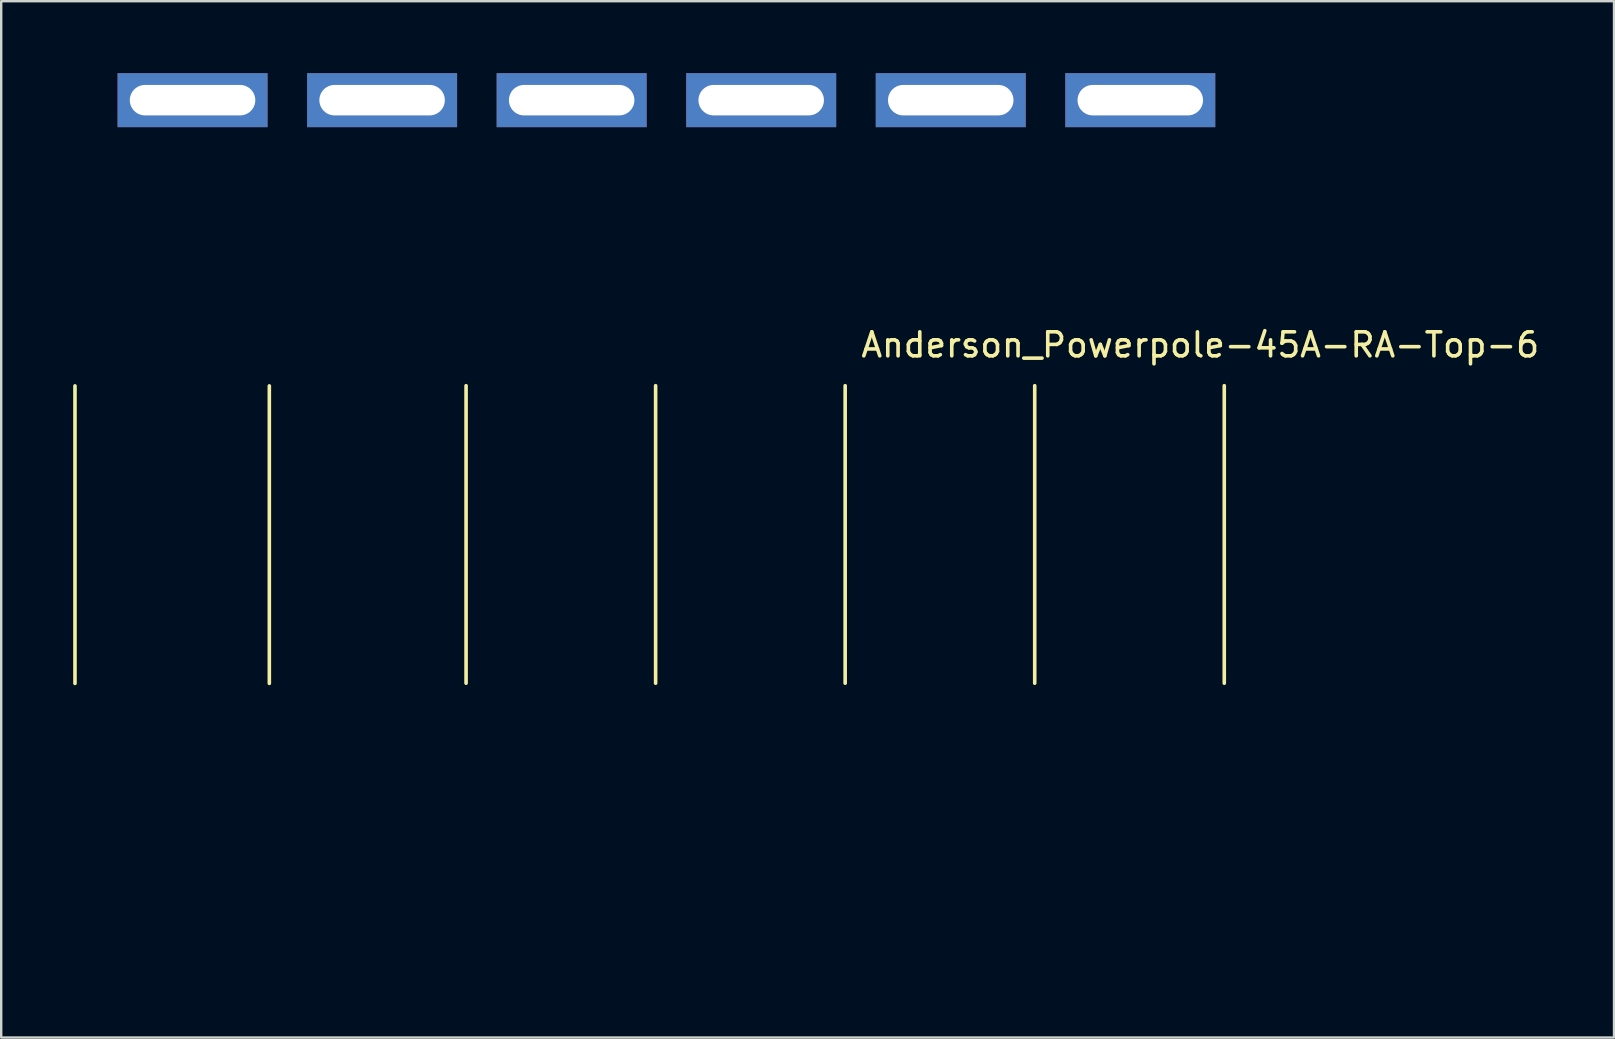
<source format=kicad_pcb>
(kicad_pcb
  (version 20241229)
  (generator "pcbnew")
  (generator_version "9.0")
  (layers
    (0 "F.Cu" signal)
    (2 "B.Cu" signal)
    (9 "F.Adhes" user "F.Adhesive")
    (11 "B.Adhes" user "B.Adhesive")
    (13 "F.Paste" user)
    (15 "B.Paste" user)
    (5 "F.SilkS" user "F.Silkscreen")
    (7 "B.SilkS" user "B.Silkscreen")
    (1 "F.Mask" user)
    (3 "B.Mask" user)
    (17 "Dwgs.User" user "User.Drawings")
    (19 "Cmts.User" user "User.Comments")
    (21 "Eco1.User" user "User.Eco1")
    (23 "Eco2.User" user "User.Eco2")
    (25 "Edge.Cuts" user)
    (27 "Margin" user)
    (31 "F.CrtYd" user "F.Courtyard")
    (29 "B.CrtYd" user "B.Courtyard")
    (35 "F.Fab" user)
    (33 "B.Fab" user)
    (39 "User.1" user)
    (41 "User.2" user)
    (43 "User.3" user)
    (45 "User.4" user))
  (footprint "Anderson_Powerpole-45A-RA-Top-6"
    (layer "F.Cu")
    (at 4.975 1.125)
    (property "Reference" "Anderson_Powerpole-45A-RA-Top-6" (at 42 10.2 0) (layer "F.SilkS") (effects (font (size 1 1) (thickness 0.15))))
    (attr through_hole)
    (fp_line (start -4.9 11.908) (end -4.9 24.308) (stroke (width 0.15) (type solid)) (layer "F.SilkS"))
    (fp_line (start 3.2 11.908) (end 3.2 24.308) (stroke (width 0.15) (type solid)) (layer "F.SilkS"))
    (fp_line (start 11.4 11.9) (end 11.4 24.3) (stroke (width 0.15) (type solid)) (layer "F.SilkS"))
    (fp_line (start 19.3 11.9) (end 19.3 24.3) (stroke (width 0.15) (type solid)) (layer "F.SilkS"))
    (fp_line (start 27.2 11.9) (end 27.2 24.3) (stroke (width 0.15) (type solid)) (layer "F.SilkS"))
    (fp_line (start 35.1 11.9) (end 35.1 24.3) (stroke (width 0.15) (type solid)) (layer "F.SilkS"))
    (fp_line (start 43 11.9) (end 43 24.3) (stroke (width 0.15) (type solid)) (layer "F.SilkS"))
    (fp_line (start 0 0) (end 0 34.492) (stroke (width 0.15) (type solid)) (layer "Eco1.User"))
    (fp_line (start 0.25 34.492) (end -0.25 34.492) (stroke (width 0.15) (type solid)) (layer "Eco1.User"))
    (fp_line (start 7.9 0) (end 7.9 34.492) (stroke (width 0.15) (type solid)) (layer "Eco1.User"))
    (fp_line (start 8.15 34.492) (end 7.65 34.492) (stroke (width 0.15) (type solid)) (layer "Eco1.User"))
    (fp_line (start 15.8 0) (end 15.8 34.492) (stroke (width 0.15) (type solid)) (layer "Eco1.User"))
    (fp_line (start 16.05 34.492) (end 15.55 34.492) (stroke (width 0.15) (type solid)) (layer "Eco1.User"))
    (fp_line (start 23.7 0) (end 23.7 34.492) (stroke (width 0.15) (type solid)) (layer "Eco1.User"))
    (fp_line (start 23.95 34.492) (end 23.45 34.492) (stroke (width 0.15) (type solid)) (layer "Eco1.User"))
    (fp_line (start 31.6 0) (end 31.6 34.492) (stroke (width 0.15) (type solid)) (layer "Eco1.User"))
    (fp_line (start 31.85 34.492) (end 31.35 34.492) (stroke (width 0.15) (type solid)) (layer "Eco1.User"))
    (fp_line (start 39.5 0) (end 39.5 34.492) (stroke (width 0.15) (type solid)) (layer "Eco1.User"))
    (fp_line (start 39.75 34.492) (end 39.25 34.492) (stroke (width 0.15) (type solid)) (layer "Eco1.User"))
    (fp_line (start -4.2 11.392) (end 4.2 11.392) (stroke (width 0.15) (type solid)) (layer "Eco2.User"))
    (fp_line (start -4.1 24.792) (end -4.2 11.392) (stroke (width 0.15) (type solid)) (layer "Eco2.User"))
    (fp_line (start -3.95 35.992) (end -4.1 27.392) (stroke (width 0.15) (type solid)) (layer "Eco2.User"))
    (fp_line (start 3.7 11.392) (end 12.1 11.392) (stroke (width 0.15) (type solid)) (layer "Eco2.User"))
    (fp_line (start 3.8 24.792) (end 3.7 11.392) (stroke (width 0.15) (type solid)) (layer "Eco2.User"))
    (fp_line (start 3.95 35.992) (end -3.95 35.992) (stroke (width 0.15) (type solid)) (layer "Eco2.User"))
    (fp_line (start 3.95 35.992) (end 3.8 27.392) (stroke (width 0.15) (type solid)) (layer "Eco2.User"))
    (fp_line (start 3.95 35.992) (end 4.1 27.392) (stroke (width 0.15) (type solid)) (layer "Eco2.User"))
    (fp_line (start 4.1 24.792) (end 4.2 11.392) (stroke (width 0.15) (type solid)) (layer "Eco2.User"))
    (fp_line (start 11.6 11.392) (end 20 11.392) (stroke (width 0.15) (type solid)) (layer "Eco2.User"))
    (fp_line (start 11.7 24.792) (end 11.6 11.392) (stroke (width 0.15) (type solid)) (layer "Eco2.User"))
    (fp_line (start 11.85 35.992) (end 3.95 35.992) (stroke (width 0.15) (type solid)) (layer "Eco2.User"))
    (fp_line (start 11.85 35.992) (end 11.7 27.392) (stroke (width 0.15) (type solid)) (layer "Eco2.User"))
    (fp_line (start 11.85 35.992) (end 12 27.392) (stroke (width 0.15) (type solid)) (layer "Eco2.User"))
    (fp_line (start 12 24.792) (end 12.1 11.392) (stroke (width 0.15) (type solid)) (layer "Eco2.User"))
    (fp_line (start 19.5 11.392) (end 27.9 11.392) (stroke (width 0.15) (type solid)) (layer "Eco2.User"))
    (fp_line (start 19.6 24.792) (end 19.5 11.392) (stroke (width 0.15) (type solid)) (layer "Eco2.User"))
    (fp_line (start 19.75 35.992) (end 11.85 35.992) (stroke (width 0.15) (type solid)) (layer "Eco2.User"))
    (fp_line (start 19.75 35.992) (end 19.6 27.392) (stroke (width 0.15) (type solid)) (layer "Eco2.User"))
    (fp_line (start 19.75 35.992) (end 19.9 27.392) (stroke (width 0.15) (type solid)) (layer "Eco2.User"))
    (fp_line (start 19.9 24.792) (end 20 11.392) (stroke (width 0.15) (type solid)) (layer "Eco2.User"))
    (fp_line (start 27.4 11.392) (end 35.8 11.392) (stroke (width 0.15) (type solid)) (layer "Eco2.User"))
    (fp_line (start 27.5 24.792) (end 27.4 11.392) (stroke (width 0.15) (type solid)) (layer "Eco2.User"))
    (fp_line (start 27.65 35.992) (end 19.75 35.992) (stroke (width 0.15) (type solid)) (layer "Eco2.User"))
    (fp_line (start 27.65 35.992) (end 27.5 27.392) (stroke (width 0.15) (type solid)) (layer "Eco2.User"))
    (fp_line (start 27.65 35.992) (end 27.8 27.392) (stroke (width 0.15) (type solid)) (layer "Eco2.User"))
    (fp_line (start 27.8 24.792) (end 27.9 11.392) (stroke (width 0.15) (type solid)) (layer "Eco2.User"))
    (fp_line (start 35.3 11.392) (end 43.7 11.392) (stroke (width 0.15) (type solid)) (layer "Eco2.User"))
    (fp_line (start 35.4 24.792) (end 35.3 11.392) (stroke (width 0.15) (type solid)) (layer "Eco2.User"))
    (fp_line (start 35.55 35.992) (end 27.65 35.992) (stroke (width 0.15) (type solid)) (layer "Eco2.User"))
    (fp_line (start 35.55 35.992) (end 35.4 27.392) (stroke (width 0.15) (type solid)) (layer "Eco2.User"))
    (fp_line (start 35.55 35.992) (end 35.7 27.392) (stroke (width 0.15) (type solid)) (layer "Eco2.User"))
    (fp_line (start 35.7 24.792) (end 35.8 11.392) (stroke (width 0.15) (type solid)) (layer "Eco2.User"))
    (fp_line (start 43.45 35.992) (end 35.55 35.992) (stroke (width 0.15) (type solid)) (layer "Eco2.User"))
    (fp_line (start 43.45 35.992) (end 43.6 27.392) (stroke (width 0.15) (type solid)) (layer "Eco2.User"))
    (fp_line (start 43.6 24.792) (end 43.7 11.392) (stroke (width 0.15) (type solid)) (layer "Eco2.User"))
    (fp_arc (start -4.1 24.792) (mid -3.180761 25.172761) (end -2.8 26.092) (stroke (width 0.15) (type solid)) (layer "Eco2.User"))
    (fp_arc (start -2.8 26.092) (mid -3.180761 27.011239) (end -4.1 27.392) (stroke (width 0.15) (type solid)) (layer "Eco2.User"))
    (fp_arc (start 2.8 26.092) (mid 3.180761 25.172761) (end 4.1 24.792) (stroke (width 0.15) (type solid)) (layer "Eco2.User"))
    (fp_arc (start 3.8 24.792) (mid 4.719239 25.172761) (end 5.1 26.092) (stroke (width 0.15) (type solid)) (layer "Eco2.User"))
    (fp_arc (start 4.1 27.392) (mid 3.180761 27.011239) (end 2.8 26.092) (stroke (width 0.15) (type solid)) (layer "Eco2.User"))
    (fp_arc (start 5.1 26.092) (mid 4.719239 27.011239) (end 3.8 27.392) (stroke (width 0.15) (type solid)) (layer "Eco2.User"))
    (fp_arc (start 10.7 26.092) (mid 11.080761 25.172761) (end 12 24.792) (stroke (width 0.15) (type solid)) (layer "Eco2.User"))
    (fp_arc (start 11.7 24.792) (mid 12.619239 25.172761) (end 13 26.092) (stroke (width 0.15) (type solid)) (layer "Eco2.User"))
    (fp_arc (start 12 27.392) (mid 11.080761 27.011239) (end 10.7 26.092) (stroke (width 0.15) (type solid)) (layer "Eco2.User"))
    (fp_arc (start 13 26.092) (mid 12.619239 27.011239) (end 11.7 27.392) (stroke (width 0.15) (type solid)) (layer "Eco2.User"))
    (fp_arc (start 18.6 26.092) (mid 18.980761 25.172761) (end 19.9 24.792) (stroke (width 0.15) (type solid)) (layer "Eco2.User"))
    (fp_arc (start 19.6 24.792) (mid 20.519239 25.172761) (end 20.9 26.092) (stroke (width 0.15) (type solid)) (layer "Eco2.User"))
    (fp_arc (start 19.9 27.392) (mid 18.980761 27.011239) (end 18.6 26.092) (stroke (width 0.15) (type solid)) (layer "Eco2.User"))
    (fp_arc (start 20.9 26.092) (mid 20.519239 27.011239) (end 19.6 27.392) (stroke (width 0.15) (type solid)) (layer "Eco2.User"))
    (fp_arc (start 26.5 26.092) (mid 26.880761 25.172761) (end 27.8 24.792) (stroke (width 0.15) (type solid)) (layer "Eco2.User"))
    (fp_arc (start 27.5 24.792) (mid 28.419239 25.172761) (end 28.8 26.092) (stroke (width 0.15) (type solid)) (layer "Eco2.User"))
    (fp_arc (start 27.8 27.392) (mid 26.880761 27.011239) (end 26.5 26.092) (stroke (width 0.15) (type solid)) (layer "Eco2.User"))
    (fp_arc (start 28.8 26.092) (mid 28.419239 27.011239) (end 27.5 27.392) (stroke (width 0.15) (type solid)) (layer "Eco2.User"))
    (fp_arc (start 34.4 26.092) (mid 34.780761 25.172761) (end 35.7 24.792) (stroke (width 0.15) (type solid)) (layer "Eco2.User"))
    (fp_arc (start 35.4 24.792) (mid 36.319239 25.172761) (end 36.7 26.092) (stroke (width 0.15) (type solid)) (layer "Eco2.User"))
    (fp_arc (start 35.7 27.392) (mid 34.780761 27.011239) (end 34.4 26.092) (stroke (width 0.15) (type solid)) (layer "Eco2.User"))
    (fp_arc (start 36.7 26.092) (mid 36.319239 27.011239) (end 35.4 27.392) (stroke (width 0.15) (type solid)) (layer "Eco2.User"))
    (fp_arc (start 42.3 26.092) (mid 42.680761 25.172761) (end 43.6 24.792) (stroke (width 0.15) (type solid)) (layer "Eco2.User"))
    (fp_arc (start 43.6 27.392) (mid 42.680761 27.011239) (end 42.3 26.092) (stroke (width 0.15) (type solid)) (layer "Eco2.User"))
    (pad "1" thru_hole rect (at 0 0) (size 6.25 2.25) (drill oval 5.23 1.27) (layers "*.Cu" "*.Mask"))
    (pad "2" thru_hole rect (at 7.9 0) (size 6.25 2.25) (drill oval 5.23 1.27) (layers "*.Cu" "*.Mask"))
    (pad "3" thru_hole rect (at 15.8 0) (size 6.25 2.25) (drill oval 5.23 1.27) (layers "*.Cu" "*.Mask"))
    (pad "4" thru_hole rect (at 23.7 0) (size 6.25 2.25) (drill oval 5.23 1.27) (layers "*.Cu" "*.Mask"))
    (pad "5" thru_hole rect (at 31.6 0) (size 6.25 2.25) (drill oval 5.23 1.27) (layers "*.Cu" "*.Mask"))
    (pad "6" thru_hole rect (at 39.5 0) (size 6.25 2.25) (drill oval 5.23 1.27) (layers "*.Cu" "*.Mask")))
  (gr_rect
    (start -3 -3)
    (end 64.219 40.192)
    (stroke (width 0.1) (type default))
    (fill no)
    (layer "Edge.Cuts")))
</source>
